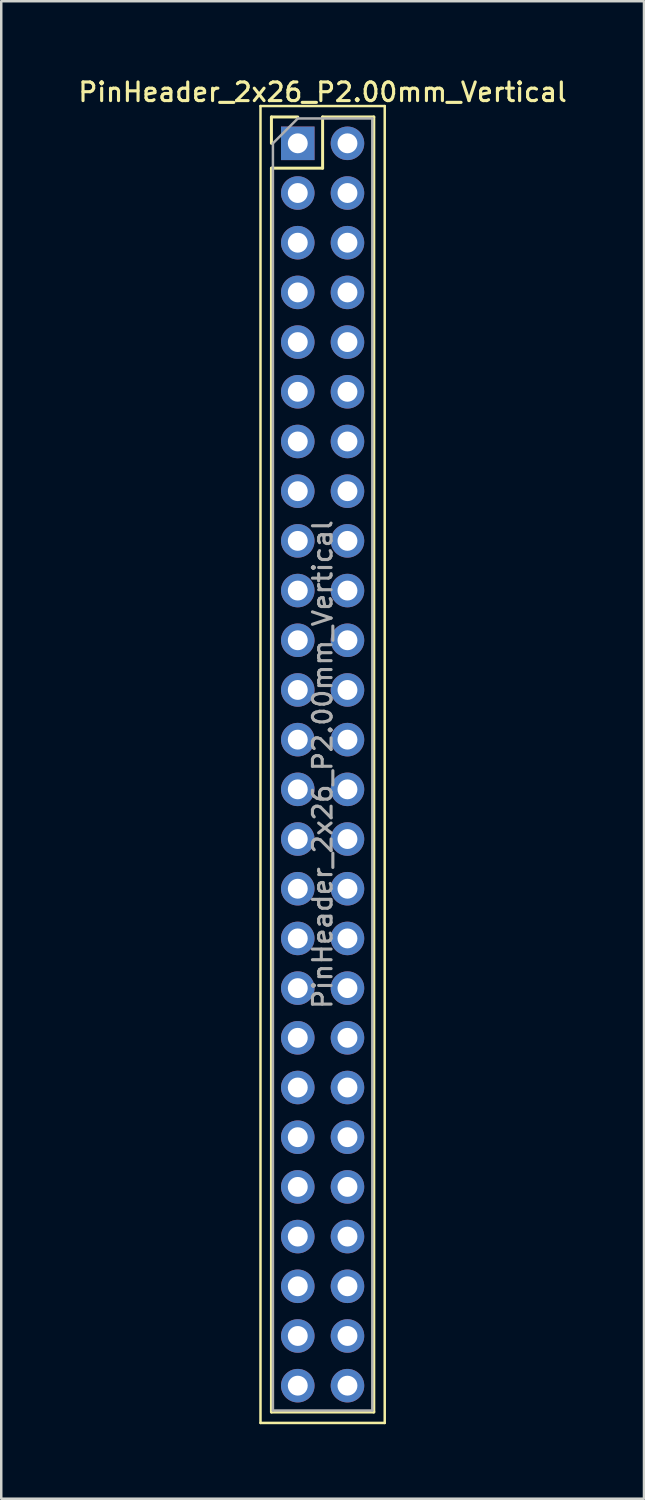
<source format=kicad_pcb>
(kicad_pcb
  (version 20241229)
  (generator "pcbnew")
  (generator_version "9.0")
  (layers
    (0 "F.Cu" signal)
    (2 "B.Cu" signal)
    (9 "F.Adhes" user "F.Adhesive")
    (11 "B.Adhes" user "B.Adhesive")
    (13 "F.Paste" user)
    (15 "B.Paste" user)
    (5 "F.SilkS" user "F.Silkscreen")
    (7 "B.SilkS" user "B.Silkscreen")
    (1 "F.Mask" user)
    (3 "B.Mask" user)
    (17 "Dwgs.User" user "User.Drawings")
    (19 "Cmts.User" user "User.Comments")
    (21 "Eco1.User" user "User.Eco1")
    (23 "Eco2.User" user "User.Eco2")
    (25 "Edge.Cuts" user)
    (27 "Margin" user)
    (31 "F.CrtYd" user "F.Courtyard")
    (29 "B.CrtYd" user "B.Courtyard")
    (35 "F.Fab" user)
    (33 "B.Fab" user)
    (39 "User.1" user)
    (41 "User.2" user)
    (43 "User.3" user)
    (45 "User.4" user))
  (footprint "PinHeader_2x26_P2.00mm_Vertical"
    (layer "F.Cu")
    (at 8.934 2.718)
    (property "Reference" "PinHeader_2x26_P2.00mm_Vertical" (at 1 -2.06 0) (layer "F.SilkS") (effects (font (size 0.75 0.75) (thickness 0.125))))
    (attr through_hole)
    (fp_line (start -1.5 -1.5) (end -1.5 51.5) (stroke (width 0.1) (type solid)) (layer "F.SilkS"))
    (fp_line (start -1.5 51.5) (end 3.5 51.5) (stroke (width 0.1) (type solid)) (layer "F.SilkS"))
    (fp_line (start -1.06 -1.06) (end 0 -1.06) (stroke (width 0.12) (type solid)) (layer "F.SilkS"))
    (fp_line (start -1.06 0) (end -1.06 -1.06) (stroke (width 0.12) (type solid)) (layer "F.SilkS"))
    (fp_line (start -1.06 1) (end -1.06 51.06) (stroke (width 0.12) (type solid)) (layer "F.SilkS"))
    (fp_line (start -1.06 1) (end 1 1) (stroke (width 0.12) (type solid)) (layer "F.SilkS"))
    (fp_line (start -1.06 51.06) (end 3.06 51.06) (stroke (width 0.12) (type solid)) (layer "F.SilkS"))
    (fp_line (start 1 -1.06) (end 3.06 -1.06) (stroke (width 0.12) (type solid)) (layer "F.SilkS"))
    (fp_line (start 1 1) (end 1 -1.06) (stroke (width 0.12) (type solid)) (layer "F.SilkS"))
    (fp_line (start 3.06 -1.06) (end 3.06 51.06) (stroke (width 0.12) (type solid)) (layer "F.SilkS"))
    (fp_line (start 3.5 -1.5) (end -1.5 -1.5) (stroke (width 0.1) (type solid)) (layer "F.SilkS"))
    (fp_line (start 3.5 51.5) (end 3.5 -1.5) (stroke (width 0.1) (type solid)) (layer "F.SilkS"))
    (fp_line (start -1 0) (end 0 -1) (stroke (width 0.1) (type solid)) (layer "F.Fab"))
    (fp_line (start -1 51) (end -1 0) (stroke (width 0.1) (type solid)) (layer "F.Fab"))
    (fp_line (start 0 -1) (end 3 -1) (stroke (width 0.1) (type solid)) (layer "F.Fab"))
    (fp_line (start 3 -1) (end 3 51) (stroke (width 0.1) (type solid)) (layer "F.Fab"))
    (fp_line (start 3 51) (end -1 51) (stroke (width 0.1) (type solid)) (layer "F.Fab"))
    (fp_text user "${REFERENCE}" (at 1 25 90) (layer "F.Fab") (effects (font (size 0.75 0.75) (thickness 0.125))))
    (pad "1" thru_hole rect (at 0 0) (size 1.35 1.35) (drill 0.8) (layers "*.Cu" "*.Mask"))
    (pad "2" thru_hole oval (at 2 0) (size 1.35 1.35) (drill 0.8) (layers "*.Cu" "*.Mask"))
    (pad "3" thru_hole oval (at 0 2) (size 1.35 1.35) (drill 0.8) (layers "*.Cu" "*.Mask"))
    (pad "4" thru_hole oval (at 2 2) (size 1.35 1.35) (drill 0.8) (layers "*.Cu" "*.Mask"))
    (pad "5" thru_hole oval (at 0 4) (size 1.35 1.35) (drill 0.8) (layers "*.Cu" "*.Mask"))
    (pad "6" thru_hole oval (at 2 4) (size 1.35 1.35) (drill 0.8) (layers "*.Cu" "*.Mask"))
    (pad "7" thru_hole oval (at 0 6) (size 1.35 1.35) (drill 0.8) (layers "*.Cu" "*.Mask"))
    (pad "8" thru_hole oval (at 2 6) (size 1.35 1.35) (drill 0.8) (layers "*.Cu" "*.Mask"))
    (pad "9" thru_hole oval (at 0 8) (size 1.35 1.35) (drill 0.8) (layers "*.Cu" "*.Mask"))
    (pad "10" thru_hole oval (at 2 8) (size 1.35 1.35) (drill 0.8) (layers "*.Cu" "*.Mask"))
    (pad "11" thru_hole oval (at 0 10) (size 1.35 1.35) (drill 0.8) (layers "*.Cu" "*.Mask"))
    (pad "12" thru_hole oval (at 2 10) (size 1.35 1.35) (drill 0.8) (layers "*.Cu" "*.Mask"))
    (pad "13" thru_hole oval (at 0 12) (size 1.35 1.35) (drill 0.8) (layers "*.Cu" "*.Mask"))
    (pad "14" thru_hole oval (at 2 12) (size 1.35 1.35) (drill 0.8) (layers "*.Cu" "*.Mask"))
    (pad "15" thru_hole oval (at 0 14) (size 1.35 1.35) (drill 0.8) (layers "*.Cu" "*.Mask"))
    (pad "16" thru_hole oval (at 2 14) (size 1.35 1.35) (drill 0.8) (layers "*.Cu" "*.Mask"))
    (pad "17" thru_hole oval (at 0 16) (size 1.35 1.35) (drill 0.8) (layers "*.Cu" "*.Mask"))
    (pad "18" thru_hole oval (at 2 16) (size 1.35 1.35) (drill 0.8) (layers "*.Cu" "*.Mask"))
    (pad "19" thru_hole oval (at 0 18) (size 1.35 1.35) (drill 0.8) (layers "*.Cu" "*.Mask"))
    (pad "20" thru_hole oval (at 2 18) (size 1.35 1.35) (drill 0.8) (layers "*.Cu" "*.Mask"))
    (pad "21" thru_hole oval (at 0 20) (size 1.35 1.35) (drill 0.8) (layers "*.Cu" "*.Mask"))
    (pad "22" thru_hole oval (at 2 20) (size 1.35 1.35) (drill 0.8) (layers "*.Cu" "*.Mask"))
    (pad "23" thru_hole oval (at 0 22) (size 1.35 1.35) (drill 0.8) (layers "*.Cu" "*.Mask"))
    (pad "24" thru_hole oval (at 2 22) (size 1.35 1.35) (drill 0.8) (layers "*.Cu" "*.Mask"))
    (pad "25" thru_hole oval (at 0 24) (size 1.35 1.35) (drill 0.8) (layers "*.Cu" "*.Mask"))
    (pad "26" thru_hole oval (at 2 24) (size 1.35 1.35) (drill 0.8) (layers "*.Cu" "*.Mask"))
    (pad "27" thru_hole oval (at 0 26) (size 1.35 1.35) (drill 0.8) (layers "*.Cu" "*.Mask"))
    (pad "28" thru_hole oval (at 2 26) (size 1.35 1.35) (drill 0.8) (layers "*.Cu" "*.Mask"))
    (pad "29" thru_hole oval (at 0 28) (size 1.35 1.35) (drill 0.8) (layers "*.Cu" "*.Mask"))
    (pad "30" thru_hole oval (at 2 28) (size 1.35 1.35) (drill 0.8) (layers "*.Cu" "*.Mask"))
    (pad "31" thru_hole oval (at 0 30) (size 1.35 1.35) (drill 0.8) (layers "*.Cu" "*.Mask"))
    (pad "32" thru_hole oval (at 2 30) (size 1.35 1.35) (drill 0.8) (layers "*.Cu" "*.Mask"))
    (pad "33" thru_hole oval (at 0 32) (size 1.35 1.35) (drill 0.8) (layers "*.Cu" "*.Mask"))
    (pad "34" thru_hole oval (at 2 32) (size 1.35 1.35) (drill 0.8) (layers "*.Cu" "*.Mask"))
    (pad "35" thru_hole oval (at 0 34) (size 1.35 1.35) (drill 0.8) (layers "*.Cu" "*.Mask"))
    (pad "36" thru_hole oval (at 2 34) (size 1.35 1.35) (drill 0.8) (layers "*.Cu" "*.Mask"))
    (pad "37" thru_hole oval (at 0 36) (size 1.35 1.35) (drill 0.8) (layers "*.Cu" "*.Mask"))
    (pad "38" thru_hole oval (at 2 36) (size 1.35 1.35) (drill 0.8) (layers "*.Cu" "*.Mask"))
    (pad "39" thru_hole oval (at 0 38) (size 1.35 1.35) (drill 0.8) (layers "*.Cu" "*.Mask"))
    (pad "40" thru_hole oval (at 2 38) (size 1.35 1.35) (drill 0.8) (layers "*.Cu" "*.Mask"))
    (pad "41" thru_hole oval (at 0 40) (size 1.35 1.35) (drill 0.8) (layers "*.Cu" "*.Mask"))
    (pad "42" thru_hole oval (at 2 40) (size 1.35 1.35) (drill 0.8) (layers "*.Cu" "*.Mask"))
    (pad "43" thru_hole oval (at 0 42) (size 1.35 1.35) (drill 0.8) (layers "*.Cu" "*.Mask"))
    (pad "44" thru_hole oval (at 2 42) (size 1.35 1.35) (drill 0.8) (layers "*.Cu" "*.Mask"))
    (pad "45" thru_hole oval (at 0 44) (size 1.35 1.35) (drill 0.8) (layers "*.Cu" "*.Mask"))
    (pad "46" thru_hole oval (at 2 44) (size 1.35 1.35) (drill 0.8) (layers "*.Cu" "*.Mask"))
    (pad "47" thru_hole oval (at 0 46) (size 1.35 1.35) (drill 0.8) (layers "*.Cu" "*.Mask"))
    (pad "48" thru_hole oval (at 2 46) (size 1.35 1.35) (drill 0.8) (layers "*.Cu" "*.Mask"))
    (pad "49" thru_hole oval (at 0 48) (size 1.35 1.35) (drill 0.8) (layers "*.Cu" "*.Mask"))
    (pad "50" thru_hole oval (at 2 48) (size 1.35 1.35) (drill 0.8) (layers "*.Cu" "*.Mask"))
    (pad "51" thru_hole oval (at 0 50) (size 1.35 1.35) (drill 0.8) (layers "*.Cu" "*.Mask"))
    (pad "52" thru_hole oval (at 2 50) (size 1.35 1.35) (drill 0.8) (layers "*.Cu" "*.Mask")))
  (gr_rect
    (start -3 -3)
    (end 22.868 57.268)
    (stroke (width 0.1) (type default))
    (fill no)
    (layer "Edge.Cuts")))
</source>
